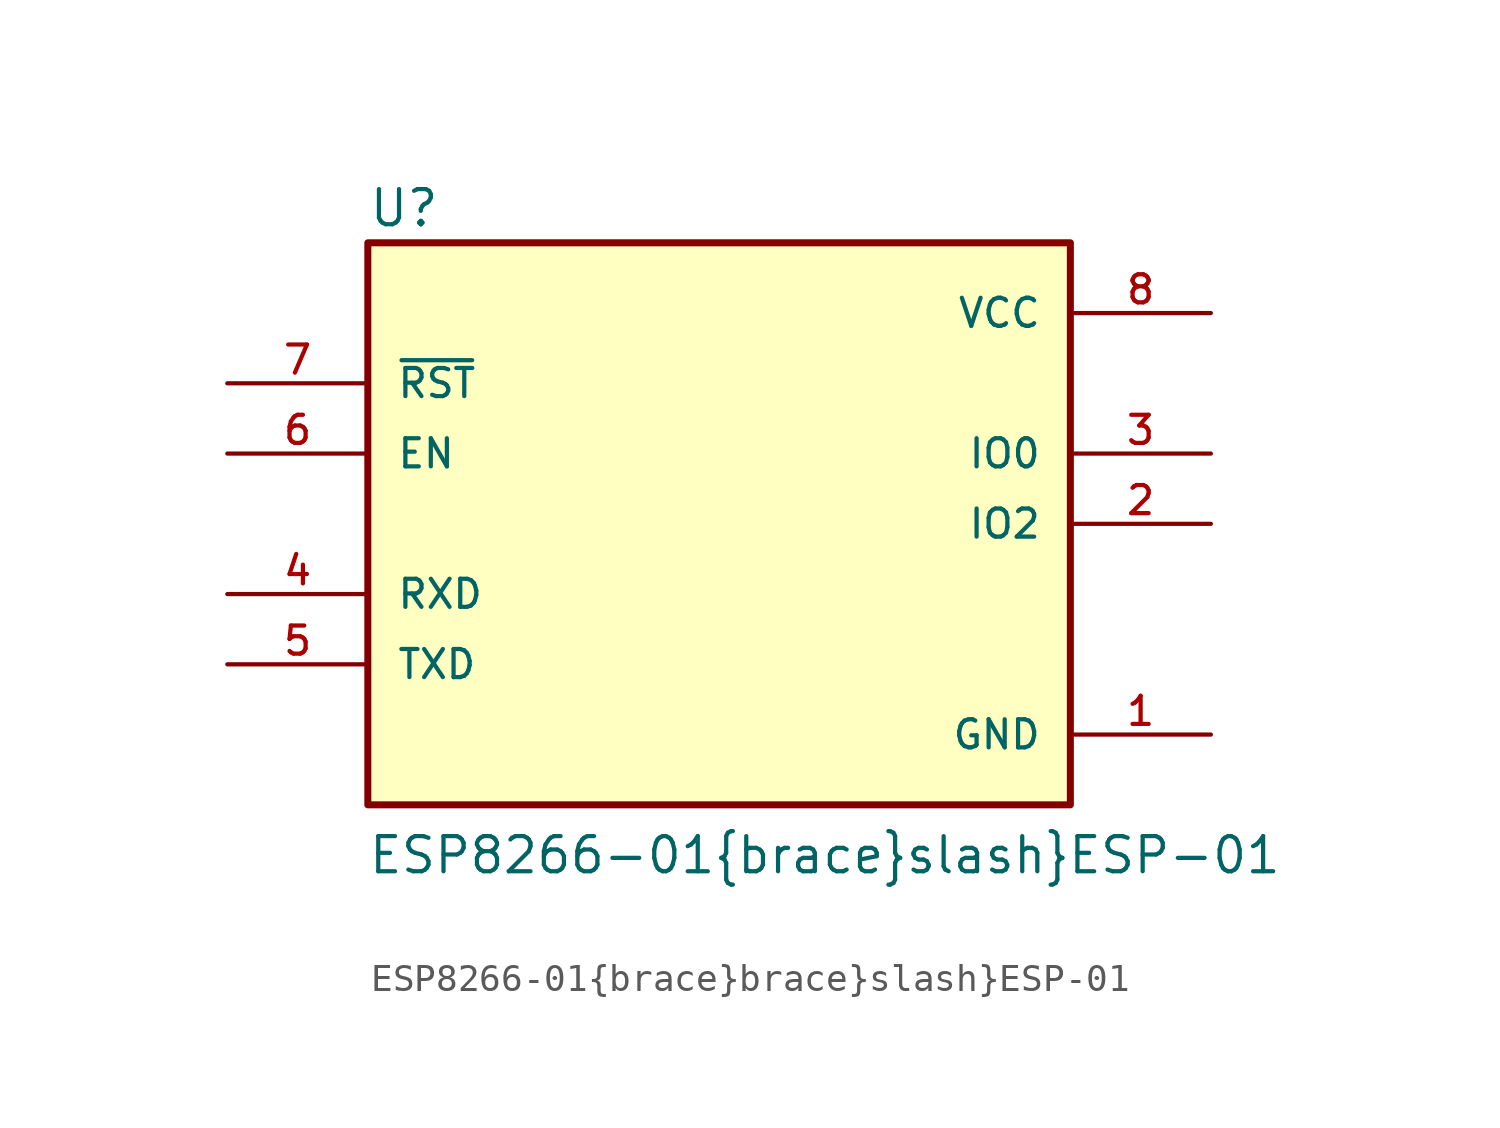
<source format=kicad_sym>
(kicad_symbol_lib
  (version 20211014)
  (generator kicad_symbol_editor)
  (symbol "ESP8266-01{brace}brace}slash}ESP-01"
    (pin_names
      (offset 1.016))
    (property "Reference" "U"
      (at -12.7 10.668 0)
      (effects (font (size 1.27 1.27)) (justify left bottom)))
    (property "Value" "ESP8266-01{brace}brace}slash}ESP-01"
      (at -12.725 -12.725 0)
      (effects (font (size 1.27 1.27)) (justify left bottom)))
    (symbol "ESP8266-01{brace}brace}slash}ESP-01_0_0"
      (rectangle (start -12.7 -10.16) (end 12.7 10.16) (stroke (width 0.254) (type default) (color 0 0 0 0)) (fill (type background)))
      (pin power_in line (at 17.78 -7.62 180) (length 5.08) (name "GND" (effects (font (size 1.016 1.016)))) (number "1" (effects (font (size 1.016 1.016)))))
      (pin bidirectional line (at 17.78 0 180) (length 5.08) (name "IO2" (effects (font (size 1.016 1.016)))) (number "2" (effects (font (size 1.016 1.016)))))
      (pin bidirectional line (at 17.78 2.54 180) (length 5.08) (name "IO0" (effects (font (size 1.016 1.016)))) (number "3" (effects (font (size 1.016 1.016)))))
      (pin input line (at -17.78 -2.54 0) (length 5.08) (name "RXD" (effects (font (size 1.016 1.016)))) (number "4" (effects (font (size 1.016 1.016)))))
      (pin output line (at -17.78 -5.08 0) (length 5.08) (name "TXD" (effects (font (size 1.016 1.016)))) (number "5" (effects (font (size 1.016 1.016)))))
      (pin input line (at -17.78 2.54 0) (length 5.08) (name "EN" (effects (font (size 1.016 1.016)))) (number "6" (effects (font (size 1.016 1.016)))))
      (pin input line (at -17.78 5.08 0) (length 5.08) (name "~{RST}" (effects (font (size 1.016 1.016)))) (number "7" (effects (font (size 1.016 1.016)))))
      (pin power_in line (at 17.78 7.62 180) (length 5.08) (name "VCC" (effects (font (size 1.016 1.016)))) (number "8" (effects (font (size 1.016 1.016))))))))
</source>
